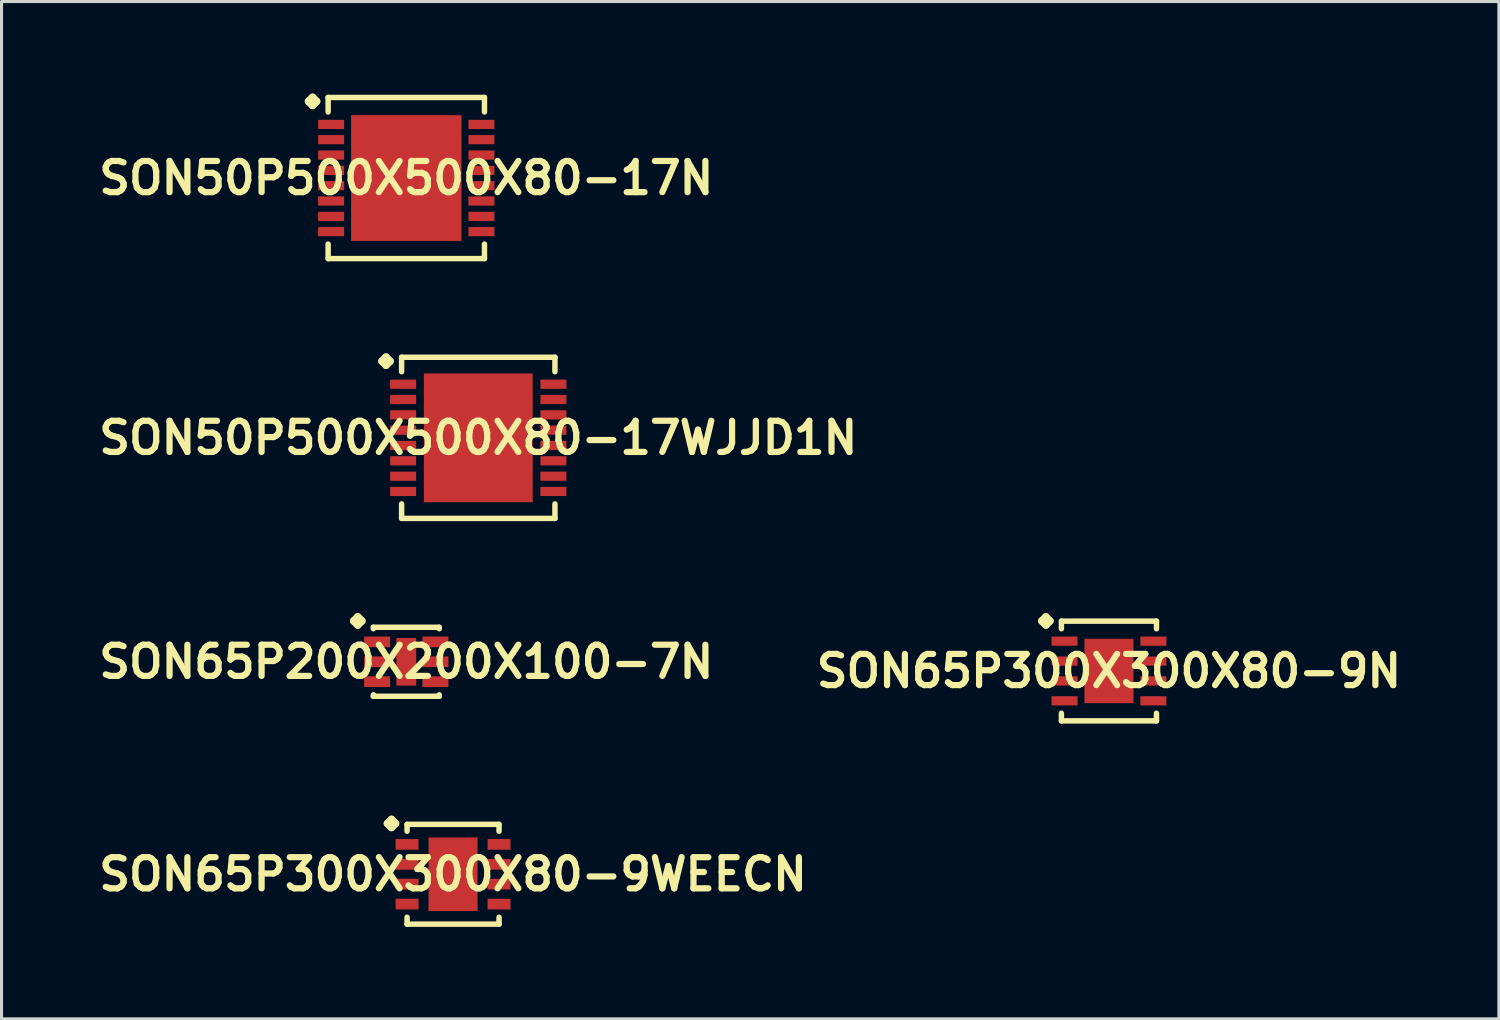
<source format=kicad_pcb>
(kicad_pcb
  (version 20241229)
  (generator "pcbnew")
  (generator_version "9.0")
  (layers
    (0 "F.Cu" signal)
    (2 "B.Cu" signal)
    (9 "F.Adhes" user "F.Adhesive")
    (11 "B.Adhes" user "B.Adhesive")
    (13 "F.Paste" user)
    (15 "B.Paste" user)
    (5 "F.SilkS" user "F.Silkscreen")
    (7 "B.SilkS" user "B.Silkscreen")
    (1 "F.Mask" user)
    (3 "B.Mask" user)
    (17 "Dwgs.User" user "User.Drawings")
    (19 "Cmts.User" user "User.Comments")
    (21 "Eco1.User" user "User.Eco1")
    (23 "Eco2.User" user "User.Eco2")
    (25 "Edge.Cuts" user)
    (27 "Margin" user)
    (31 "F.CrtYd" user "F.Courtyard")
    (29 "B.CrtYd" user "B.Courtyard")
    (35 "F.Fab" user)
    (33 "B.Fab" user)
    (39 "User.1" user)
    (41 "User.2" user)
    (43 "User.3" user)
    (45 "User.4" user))
  (footprint "SON65P200X200X100-7N"
    (layer "F.Cu")
    (at 10.194 18.522)
    (property "Reference" "SON65P200X200X100-7N" (at 0 0 0) (layer "F.SilkS") (effects (font (size 1.016 1.016) (thickness 0.203))))
    (attr smd)
    (fp_line (start -1.709 -1.331) (end -1.582 -1.458) (stroke (width 0.254) (type solid)) (layer "F.SilkS"))
    (fp_line (start -1.582 -1.458) (end -1.455 -1.331) (stroke (width 0.254) (type solid)) (layer "F.SilkS"))
    (fp_line (start -1.582 -1.204) (end -1.709 -1.331) (stroke (width 0.254) (type solid)) (layer "F.SilkS"))
    (fp_line (start -1.455 -1.331) (end -1.582 -1.204) (stroke (width 0.254) (type solid)) (layer "F.SilkS"))
    (fp_line (start -1.074 -1.125) (end 1.074 -1.125) (stroke (width 0.178) (type solid)) (layer "F.SilkS"))
    (fp_line (start -1.074 -1.077) (end -1.074 -1.125) (stroke (width 0.178) (type solid)) (layer "F.SilkS"))
    (fp_line (start -1.074 1.077) (end -1.074 1.125) (stroke (width 0.178) (type solid)) (layer "F.SilkS"))
    (fp_line (start -1.074 1.125) (end 1.074 1.125) (stroke (width 0.178) (type solid)) (layer "F.SilkS"))
    (fp_line (start 1.074 -1.125) (end 1.074 -1.077) (stroke (width 0.178) (type solid)) (layer "F.SilkS"))
    (fp_line (start 1.074 1.125) (end 1.074 1.077) (stroke (width 0.178) (type solid)) (layer "F.SilkS"))
    (pad "1" smd rect (at -0.95 -0.648) (size 0.848 0.348) (layers "F.Cu" "F.Mask" "F.Paste"))
    (pad "2" smd rect (at -0.95 0) (size 0.848 0.348) (layers "F.Cu" "F.Mask" "F.Paste"))
    (pad "3" smd rect (at -0.95 0.648) (size 0.848 0.348) (layers "F.Cu" "F.Mask" "F.Paste"))
    (pad "4" smd rect (at 0.95 0.648) (size 0.848 0.348) (layers "F.Cu" "F.Mask" "F.Paste"))
    (pad "5" smd rect (at 0.95 0) (size 0.848 0.348) (layers "F.Cu" "F.Mask" "F.Paste"))
    (pad "6" smd rect (at 0.95 -0.648) (size 0.848 0.348) (layers "F.Cu" "F.Mask" "F.Paste"))
    (pad "7" smd rect (at 0 0) (size 0.648 1.549) (layers "F.Cu" "F.Mask" "F.Paste")))
  (footprint "SON50P500X500X80-17WJJD1N"
    (layer "F.Cu")
    (at 12.54 11.222)
    (property "Reference" "SON50P500X500X80-17WJJD1N" (at 0 0 0) (layer "F.SilkS") (effects (font (size 1.016 1.016) (thickness 0.203))))
    (attr smd)
    (fp_line (start -3.134 -2.499) (end -3.007 -2.626) (stroke (width 0.254) (type solid)) (layer "F.SilkS"))
    (fp_line (start -3.007 -2.626) (end -2.88 -2.499) (stroke (width 0.254) (type solid)) (layer "F.SilkS"))
    (fp_line (start -3.007 -2.372) (end -3.134 -2.499) (stroke (width 0.254) (type solid)) (layer "F.SilkS"))
    (fp_line (start -2.88 -2.499) (end -3.007 -2.372) (stroke (width 0.254) (type solid)) (layer "F.SilkS"))
    (fp_line (start -2.499 -2.626) (end 2.499 -2.626) (stroke (width 0.178) (type solid)) (layer "F.SilkS"))
    (fp_line (start -2.499 -2.154) (end -2.499 -2.626) (stroke (width 0.178) (type solid)) (layer "F.SilkS"))
    (fp_line (start -2.499 2.154) (end -2.499 2.626) (stroke (width 0.178) (type solid)) (layer "F.SilkS"))
    (fp_line (start -2.499 2.626) (end 2.499 2.626) (stroke (width 0.178) (type solid)) (layer "F.SilkS"))
    (fp_line (start 2.499 -2.626) (end 2.499 -2.154) (stroke (width 0.178) (type solid)) (layer "F.SilkS"))
    (fp_line (start 2.499 2.626) (end 2.499 2.154) (stroke (width 0.178) (type solid)) (layer "F.SilkS"))
    (pad "1" smd rect (at -2.449 -1.748) (size 0.848 0.3) (layers "F.Cu" "F.Mask" "F.Paste"))
    (pad "2" smd rect (at -2.449 -1.25) (size 0.848 0.3) (layers "F.Cu" "F.Mask" "F.Paste"))
    (pad "3" smd rect (at -2.449 -0.749) (size 0.848 0.3) (layers "F.Cu" "F.Mask" "F.Paste"))
    (pad "4" smd rect (at -2.449 -0.249) (size 0.848 0.3) (layers "F.Cu" "F.Mask" "F.Paste"))
    (pad "5" smd rect (at -2.449 0.249) (size 0.848 0.3) (layers "F.Cu" "F.Mask" "F.Paste"))
    (pad "6" smd rect (at -2.449 0.749) (size 0.848 0.3) (layers "F.Cu" "F.Mask" "F.Paste"))
    (pad "7" smd rect (at -2.449 1.25) (size 0.848 0.3) (layers "F.Cu" "F.Mask" "F.Paste"))
    (pad "8" smd rect (at -2.449 1.748) (size 0.848 0.3) (layers "F.Cu" "F.Mask" "F.Paste"))
    (pad "9" smd rect (at 2.449 1.748) (size 0.848 0.3) (layers "F.Cu" "F.Mask" "F.Paste"))
    (pad "10" smd rect (at 2.449 1.25) (size 0.848 0.3) (layers "F.Cu" "F.Mask" "F.Paste"))
    (pad "11" smd rect (at 2.449 0.749) (size 0.848 0.3) (layers "F.Cu" "F.Mask" "F.Paste"))
    (pad "12" smd rect (at 2.449 0.249) (size 0.848 0.3) (layers "F.Cu" "F.Mask" "F.Paste"))
    (pad "13" smd rect (at 2.449 -0.249) (size 0.848 0.3) (layers "F.Cu" "F.Mask" "F.Paste"))
    (pad "14" smd rect (at 2.449 -0.749) (size 0.848 0.3) (layers "F.Cu" "F.Mask" "F.Paste"))
    (pad "15" smd rect (at 2.449 -1.25) (size 0.848 0.3) (layers "F.Cu" "F.Mask" "F.Paste"))
    (pad "16" smd rect (at 2.449 -1.748) (size 0.848 0.3) (layers "F.Cu" "F.Mask" "F.Paste"))
    (pad "17" smd rect (at 0 0) (size 3.548 4.199) (layers "F.Cu" "F.Mask" "F.Paste")))
  (footprint "SON65P300X300X80-9N"
    (layer "F.Cu")
    (at 33.098 18.822)
    (property "Reference" "SON65P300X300X80-9N" (at 0 0 0) (layer "F.SilkS") (effects (font (size 1.016 1.016) (thickness 0.203))))
    (attr smd)
    (fp_line (start -2.184 -1.631) (end -2.057 -1.758) (stroke (width 0.254) (type solid)) (layer "F.SilkS"))
    (fp_line (start -2.057 -1.758) (end -1.93 -1.631) (stroke (width 0.254) (type solid)) (layer "F.SilkS"))
    (fp_line (start -2.057 -1.504) (end -2.184 -1.631) (stroke (width 0.254) (type solid)) (layer "F.SilkS"))
    (fp_line (start -1.93 -1.631) (end -2.057 -1.504) (stroke (width 0.254) (type solid)) (layer "F.SilkS"))
    (fp_line (start -1.549 -1.626) (end 1.549 -1.626) (stroke (width 0.178) (type solid)) (layer "F.SilkS"))
    (fp_line (start -1.549 -1.377) (end -1.549 -1.626) (stroke (width 0.178) (type solid)) (layer "F.SilkS"))
    (fp_line (start -1.549 1.377) (end -1.549 1.626) (stroke (width 0.178) (type solid)) (layer "F.SilkS"))
    (fp_line (start -1.549 1.626) (end 1.549 1.626) (stroke (width 0.178) (type solid)) (layer "F.SilkS"))
    (fp_line (start 1.549 -1.626) (end 1.549 -1.377) (stroke (width 0.178) (type solid)) (layer "F.SilkS"))
    (fp_line (start 1.549 1.626) (end 1.549 1.377) (stroke (width 0.178) (type solid)) (layer "F.SilkS"))
    (pad "1" smd rect (at -1.448 -0.973) (size 0.848 0.3) (layers "F.Cu" "F.Mask" "F.Paste"))
    (pad "2" smd rect (at -1.448 -0.323) (size 0.848 0.3) (layers "F.Cu" "F.Mask" "F.Paste"))
    (pad "3" smd rect (at -1.448 0.323) (size 0.848 0.3) (layers "F.Cu" "F.Mask" "F.Paste"))
    (pad "4" smd rect (at -1.448 0.973) (size 0.848 0.3) (layers "F.Cu" "F.Mask" "F.Paste"))
    (pad "5" smd rect (at 1.448 0.973) (size 0.848 0.3) (layers "F.Cu" "F.Mask" "F.Paste"))
    (pad "6" smd rect (at 1.448 0.323) (size 0.848 0.3) (layers "F.Cu" "F.Mask" "F.Paste"))
    (pad "7" smd rect (at 1.448 -0.323) (size 0.848 0.3) (layers "F.Cu" "F.Mask" "F.Paste"))
    (pad "8" smd rect (at 1.448 -0.973) (size 0.848 0.3) (layers "F.Cu" "F.Mask" "F.Paste"))
    (pad "9" smd rect (at 0 0) (size 1.598 2.098) (layers "F.Cu" "F.Mask" "F.Paste")))
  (footprint "SON65P300X300X80-9WEECN"
    (layer "F.Cu")
    (at 11.718 25.447)
    (property "Reference" "SON65P300X300X80-9WEECN" (at 0 0 0) (layer "F.SilkS") (effects (font (size 1.016 1.016) (thickness 0.203))))
    (attr smd)
    (fp_line (start -2.134 -1.656) (end -2.007 -1.783) (stroke (width 0.254) (type solid)) (layer "F.SilkS"))
    (fp_line (start -2.007 -1.783) (end -1.88 -1.656) (stroke (width 0.254) (type solid)) (layer "F.SilkS"))
    (fp_line (start -2.007 -1.529) (end -2.134 -1.656) (stroke (width 0.254) (type solid)) (layer "F.SilkS"))
    (fp_line (start -1.88 -1.656) (end -2.007 -1.529) (stroke (width 0.254) (type solid)) (layer "F.SilkS"))
    (fp_line (start -1.499 -1.626) (end 1.499 -1.626) (stroke (width 0.178) (type solid)) (layer "F.SilkS"))
    (fp_line (start -1.499 -1.402) (end -1.499 -1.626) (stroke (width 0.178) (type solid)) (layer "F.SilkS"))
    (fp_line (start -1.499 1.402) (end -1.499 1.626) (stroke (width 0.178) (type solid)) (layer "F.SilkS"))
    (fp_line (start -1.499 1.626) (end 1.499 1.626) (stroke (width 0.178) (type solid)) (layer "F.SilkS"))
    (fp_line (start 1.499 -1.626) (end 1.499 -1.402) (stroke (width 0.178) (type solid)) (layer "F.SilkS"))
    (fp_line (start 1.499 1.626) (end 1.499 1.402) (stroke (width 0.178) (type solid)) (layer "F.SilkS"))
    (pad "1" smd rect (at -1.499 -0.973) (size 0.749 0.348) (layers "F.Cu" "F.Mask" "F.Paste"))
    (pad "2" smd rect (at -1.499 -0.323) (size 0.749 0.348) (layers "F.Cu" "F.Mask" "F.Paste"))
    (pad "3" smd rect (at -1.499 0.323) (size 0.749 0.348) (layers "F.Cu" "F.Mask" "F.Paste"))
    (pad "4" smd rect (at -1.499 0.973) (size 0.749 0.348) (layers "F.Cu" "F.Mask" "F.Paste"))
    (pad "5" smd rect (at 1.499 0.973) (size 0.749 0.348) (layers "F.Cu" "F.Mask" "F.Paste"))
    (pad "6" smd rect (at 1.499 0.323) (size 0.749 0.348) (layers "F.Cu" "F.Mask" "F.Paste"))
    (pad "7" smd rect (at 1.499 -0.323) (size 0.749 0.348) (layers "F.Cu" "F.Mask" "F.Paste"))
    (pad "8" smd rect (at 1.499 -0.973) (size 0.749 0.348) (layers "F.Cu" "F.Mask" "F.Paste"))
    (pad "9" smd rect (at 0 0) (size 1.598 2.398) (layers "F.Cu" "F.Mask" "F.Paste")))
  (footprint "SON50P500X500X80-17N"
    (layer "F.Cu")
    (at 10.194 2.753)
    (property "Reference" "SON50P500X500X80-17N" (at 0 0 0) (layer "F.SilkS") (effects (font (size 1.016 1.016) (thickness 0.203))))
    (attr smd)
    (fp_line (start -3.183 -2.499) (end -3.056 -2.626) (stroke (width 0.254) (type solid)) (layer "F.SilkS"))
    (fp_line (start -3.056 -2.626) (end -2.929 -2.499) (stroke (width 0.254) (type solid)) (layer "F.SilkS"))
    (fp_line (start -3.056 -2.372) (end -3.183 -2.499) (stroke (width 0.254) (type solid)) (layer "F.SilkS"))
    (fp_line (start -2.929 -2.499) (end -3.056 -2.372) (stroke (width 0.254) (type solid)) (layer "F.SilkS"))
    (fp_line (start -2.548 -2.626) (end 2.548 -2.626) (stroke (width 0.178) (type solid)) (layer "F.SilkS"))
    (fp_line (start -2.548 -2.154) (end -2.548 -2.626) (stroke (width 0.178) (type solid)) (layer "F.SilkS"))
    (fp_line (start -2.548 2.154) (end -2.548 2.626) (stroke (width 0.178) (type solid)) (layer "F.SilkS"))
    (fp_line (start -2.548 2.626) (end 2.548 2.626) (stroke (width 0.178) (type solid)) (layer "F.SilkS"))
    (fp_line (start 2.548 -2.626) (end 2.548 -2.154) (stroke (width 0.178) (type solid)) (layer "F.SilkS"))
    (fp_line (start 2.548 2.626) (end 2.548 2.154) (stroke (width 0.178) (type solid)) (layer "F.SilkS"))
    (pad "1" smd rect (at -2.449 -1.748) (size 0.848 0.3) (layers "F.Cu" "F.Mask" "F.Paste"))
    (pad "2" smd rect (at -2.449 -1.25) (size 0.848 0.3) (layers "F.Cu" "F.Mask" "F.Paste"))
    (pad "3" smd rect (at -2.449 -0.749) (size 0.848 0.3) (layers "F.Cu" "F.Mask" "F.Paste"))
    (pad "4" smd rect (at -2.449 -0.249) (size 0.848 0.3) (layers "F.Cu" "F.Mask" "F.Paste"))
    (pad "5" smd rect (at -2.449 0.249) (size 0.848 0.3) (layers "F.Cu" "F.Mask" "F.Paste"))
    (pad "6" smd rect (at -2.449 0.749) (size 0.848 0.3) (layers "F.Cu" "F.Mask" "F.Paste"))
    (pad "7" smd rect (at -2.449 1.25) (size 0.848 0.3) (layers "F.Cu" "F.Mask" "F.Paste"))
    (pad "8" smd rect (at -2.449 1.748) (size 0.848 0.3) (layers "F.Cu" "F.Mask" "F.Paste"))
    (pad "9" smd rect (at 2.449 1.748) (size 0.848 0.3) (layers "F.Cu" "F.Mask" "F.Paste"))
    (pad "10" smd rect (at 2.449 1.25) (size 0.848 0.3) (layers "F.Cu" "F.Mask" "F.Paste"))
    (pad "11" smd rect (at 2.449 0.749) (size 0.848 0.3) (layers "F.Cu" "F.Mask" "F.Paste"))
    (pad "12" smd rect (at 2.449 0.249) (size 0.848 0.3) (layers "F.Cu" "F.Mask" "F.Paste"))
    (pad "13" smd rect (at 2.449 -0.249) (size 0.848 0.3) (layers "F.Cu" "F.Mask" "F.Paste"))
    (pad "14" smd rect (at 2.449 -0.749) (size 0.848 0.3) (layers "F.Cu" "F.Mask" "F.Paste"))
    (pad "15" smd rect (at 2.449 -1.25) (size 0.848 0.3) (layers "F.Cu" "F.Mask" "F.Paste"))
    (pad "16" smd rect (at 2.449 -1.748) (size 0.848 0.3) (layers "F.Cu" "F.Mask" "F.Paste"))
    (pad "17" smd rect (at 0 0) (size 3.599 4.1) (layers "F.Cu" "F.Mask" "F.Paste")))
  (gr_rect
    (start -3 -3)
    (end 45.808 30.161)
    (stroke (width 0.1) (type default))
    (fill no)
    (layer "Edge.Cuts")))
</source>
